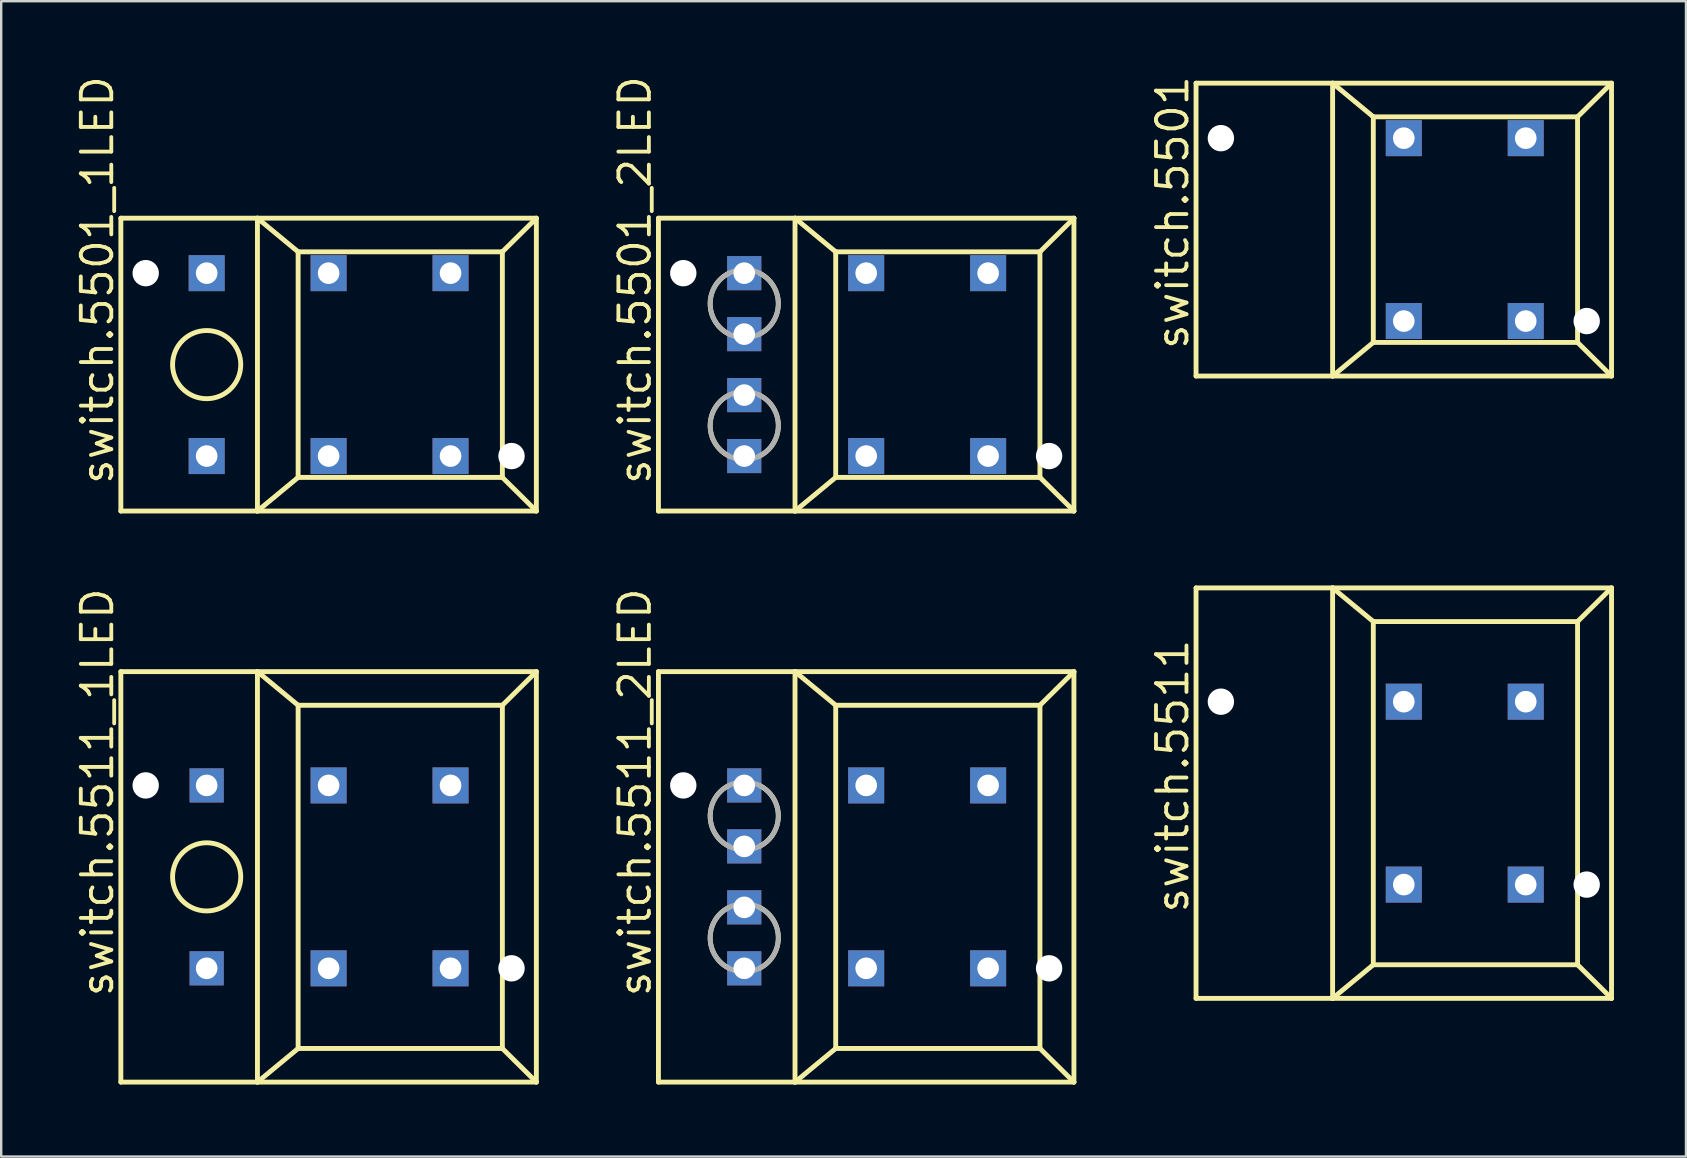
<source format=kicad_pcb>
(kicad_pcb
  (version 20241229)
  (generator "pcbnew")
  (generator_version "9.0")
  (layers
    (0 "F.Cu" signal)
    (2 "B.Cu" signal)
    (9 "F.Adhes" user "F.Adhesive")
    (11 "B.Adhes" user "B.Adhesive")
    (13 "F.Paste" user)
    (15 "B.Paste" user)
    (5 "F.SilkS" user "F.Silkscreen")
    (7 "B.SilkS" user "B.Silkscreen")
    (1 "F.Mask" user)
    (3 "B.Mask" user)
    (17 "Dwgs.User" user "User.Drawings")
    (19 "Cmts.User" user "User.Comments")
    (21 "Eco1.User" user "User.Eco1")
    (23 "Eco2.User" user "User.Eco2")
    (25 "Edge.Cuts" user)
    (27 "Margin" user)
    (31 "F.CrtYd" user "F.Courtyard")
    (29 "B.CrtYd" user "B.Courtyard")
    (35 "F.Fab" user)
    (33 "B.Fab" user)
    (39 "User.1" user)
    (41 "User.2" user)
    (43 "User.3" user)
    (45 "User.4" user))
  (footprint "switch.5501_1LED"
    (layer "F.Cu")
    (at 10.64 12.14)
    (property "Reference" "switch.5501_1LED" (at -8.89 5.08 90) (layer "F.SilkS") (effects (font (size 1.27 1.27) (thickness 0.16)) (justify left bottom)))
    (attr through_hole)
    (fp_line (start -8.655 -6.1) (end -8.655 6.1) (stroke (width 0.203) (type default)) (layer "F.SilkS"))
    (fp_line (start -8.655 6.1) (end -2.965 6.1) (stroke (width 0.203) (type default)) (layer "F.SilkS"))
    (fp_line (start -2.965 -6.1) (end -8.655 -6.1) (stroke (width 0.203) (type default)) (layer "F.SilkS"))
    (fp_line (start -2.965 6.1) (end -2.965 -6.1) (stroke (width 0.203) (type default)) (layer "F.SilkS"))
    (fp_line (start -2.965 6.1) (end -1.27 4.699) (stroke (width 0.203) (type default)) (layer "F.SilkS"))
    (fp_line (start -2.965 6.1) (end 8.655 6.1) (stroke (width 0.203) (type default)) (layer "F.SilkS"))
    (fp_line (start -1.27 -4.699) (end -2.965 -6.1) (stroke (width 0.203) (type default)) (layer "F.SilkS"))
    (fp_line (start -1.27 -4.699) (end 7.239 -4.699) (stroke (width 0.203) (type default)) (layer "F.SilkS"))
    (fp_line (start -1.27 4.699) (end -1.27 -4.699) (stroke (width 0.203) (type default)) (layer "F.SilkS"))
    (fp_line (start -1.27 4.699) (end 7.239 4.699) (stroke (width 0.203) (type default)) (layer "F.SilkS"))
    (fp_line (start 7.239 -4.699) (end 8.655 -6.1) (stroke (width 0.203) (type default)) (layer "F.SilkS"))
    (fp_line (start 7.239 4.699) (end 7.239 -4.699) (stroke (width 0.203) (type default)) (layer "F.SilkS"))
    (fp_line (start 8.655 -6.1) (end -2.965 -6.1) (stroke (width 0.203) (type default)) (layer "F.SilkS"))
    (fp_line (start 8.655 6.1) (end 7.239 4.699) (stroke (width 0.203) (type default)) (layer "F.SilkS"))
    (fp_line (start 8.655 6.1) (end 8.655 -6.1) (stroke (width 0.203) (type default)) (layer "F.SilkS"))
    (fp_circle (center -5.08 0) (end -3.66 0) (stroke (width 0.203) (type default)) (fill no) (layer "F.SilkS"))
    (pad "" np_thru_hole circle (at -7.62 -3.81) (size 1.1 1.1) (drill 1.1) (layers "*.Cu" "*.Mask"))
    (pad "" np_thru_hole circle (at 7.62 3.81) (size 1.1 1.1) (drill 1.1) (layers "*.Cu" "*.Mask"))
    (pad "+" thru_hole rect (at -5.08 3.81 90) (size 1.5 1.5) (drill 0.9) (layers "*.Cu" "*.Mask"))
    (pad "-" thru_hole rect (at -5.08 -3.81 90) (size 1.5 1.5) (drill 0.9) (layers "*.Cu" "*.Mask"))
    (pad "1A" thru_hole rect (at 0 -3.81 90) (size 1.5 1.5) (drill 0.9) (layers "*.Cu" "*.Mask"))
    (pad "1B" thru_hole rect (at 0 3.81 90) (size 1.5 1.5) (drill 0.9) (layers "*.Cu" "*.Mask"))
    (pad "NC" thru_hole rect (at 5.08 3.81 90) (size 1.5 1.5) (drill 0.9) (layers "*.Cu" "*.Mask"))
    (pad "NO" thru_hole rect (at 5.08 -3.81 90) (size 1.5 1.5) (drill 0.9) (layers "*.Cu" "*.Mask")))
  (footprint "switch.5501_2LED"
    (layer "F.Cu")
    (at 33.036 12.14)
    (property "Reference" "switch.5501_2LED" (at -8.89 5.08 90) (layer "F.SilkS") (effects (font (size 1.27 1.27) (thickness 0.16)) (justify left bottom)))
    (attr through_hole)
    (fp_line (start -8.655 -6.1) (end -8.655 6.1) (stroke (width 0.203) (type default)) (layer "F.SilkS"))
    (fp_line (start -8.655 6.1) (end -2.965 6.1) (stroke (width 0.203) (type default)) (layer "F.SilkS"))
    (fp_line (start -2.965 -6.1) (end -8.655 -6.1) (stroke (width 0.203) (type default)) (layer "F.SilkS"))
    (fp_line (start -2.965 6.1) (end -2.965 -6.1) (stroke (width 0.203) (type default)) (layer "F.SilkS"))
    (fp_line (start -2.965 6.1) (end -1.27 4.699) (stroke (width 0.203) (type default)) (layer "F.SilkS"))
    (fp_line (start -2.965 6.1) (end 8.655 6.1) (stroke (width 0.203) (type default)) (layer "F.SilkS"))
    (fp_line (start -1.27 -4.699) (end -2.965 -6.1) (stroke (width 0.203) (type default)) (layer "F.SilkS"))
    (fp_line (start -1.27 -4.699) (end 7.239 -4.699) (stroke (width 0.203) (type default)) (layer "F.SilkS"))
    (fp_line (start -1.27 4.699) (end -1.27 -4.699) (stroke (width 0.203) (type default)) (layer "F.SilkS"))
    (fp_line (start -1.27 4.699) (end 7.239 4.699) (stroke (width 0.203) (type default)) (layer "F.SilkS"))
    (fp_line (start 7.239 -4.699) (end 8.655 -6.1) (stroke (width 0.203) (type default)) (layer "F.SilkS"))
    (fp_line (start 7.239 4.699) (end 7.239 -4.699) (stroke (width 0.203) (type default)) (layer "F.SilkS"))
    (fp_line (start 8.655 -6.1) (end -2.965 -6.1) (stroke (width 0.203) (type default)) (layer "F.SilkS"))
    (fp_line (start 8.655 6.1) (end 7.239 4.699) (stroke (width 0.203) (type default)) (layer "F.SilkS"))
    (fp_line (start 8.655 6.1) (end 8.655 -6.1) (stroke (width 0.203) (type default)) (layer "F.SilkS"))
    (fp_arc (start -5.715 -1.27) (mid -6.499903 -2.54) (end -5.715 -3.81) (stroke (width 0.2032) (type default)) (layer "F.SilkS"))
    (fp_arc (start -5.715 3.81) (mid -6.499903 2.54) (end -5.715 1.27) (stroke (width 0.2032) (type default)) (layer "F.SilkS"))
    (fp_arc (start -4.445 -3.81) (mid -3.660097 -2.54) (end -4.445 -1.27) (stroke (width 0.2032) (type default)) (layer "F.SilkS"))
    (fp_arc (start -4.445 1.27) (mid -3.660097 2.54) (end -4.445 3.81) (stroke (width 0.2032) (type default)) (layer "F.SilkS"))
    (fp_circle (center -5.08 -2.54) (end -3.66 -2.54) (stroke (width 0.203) (type default)) (fill no) (layer "F.Fab"))
    (fp_circle (center -5.08 2.54) (end -3.66 2.54) (stroke (width 0.203) (type default)) (fill no) (layer "F.Fab"))
    (pad "" np_thru_hole circle (at -7.62 -3.81) (size 1.1 1.1) (drill 1.1) (layers "*.Cu" "*.Mask"))
    (pad "" np_thru_hole circle (at 7.62 3.81) (size 1.1 1.1) (drill 1.1) (layers "*.Cu" "*.Mask"))
    (pad "+G" thru_hole rect (at -5.08 -3.81 90) (size 1.422 1.422) (drill 0.9) (layers "*.Cu" "*.Mask"))
    (pad "+R" thru_hole rect (at -5.08 3.81 90) (size 1.422 1.422) (drill 0.9) (layers "*.Cu" "*.Mask"))
    (pad "-G" thru_hole rect (at -5.08 -1.27 90) (size 1.422 1.422) (drill 0.9) (layers "*.Cu" "*.Mask"))
    (pad "-R" thru_hole rect (at -5.08 1.27 90) (size 1.422 1.422) (drill 0.9) (layers "*.Cu" "*.Mask"))
    (pad "1A" thru_hole rect (at 0 -3.81 90) (size 1.5 1.5) (drill 0.9) (layers "*.Cu" "*.Mask"))
    (pad "1B" thru_hole rect (at 0 3.81 90) (size 1.5 1.5) (drill 0.9) (layers "*.Cu" "*.Mask"))
    (pad "NC" thru_hole rect (at 5.08 3.81 90) (size 1.5 1.5) (drill 0.9) (layers "*.Cu" "*.Mask"))
    (pad "NO" thru_hole rect (at 5.08 -3.81 90) (size 1.5 1.5) (drill 0.9) (layers "*.Cu" "*.Mask")))
  (footprint "switch.5501"
    (layer "F.Cu")
    (at 55.433 6.516)
    (property "Reference" "switch.5501" (at -8.89 5.08 90) (layer "F.SilkS") (effects (font (size 1.27 1.27) (thickness 0.16)) (justify left bottom)))
    (attr through_hole)
    (fp_line (start -8.655 -6.1) (end -8.655 6.1) (stroke (width 0.203) (type default)) (layer "F.SilkS"))
    (fp_line (start -8.655 6.1) (end -2.965 6.1) (stroke (width 0.203) (type default)) (layer "F.SilkS"))
    (fp_line (start -2.965 -6.1) (end -8.655 -6.1) (stroke (width 0.203) (type default)) (layer "F.SilkS"))
    (fp_line (start -2.965 6.1) (end -2.965 -6.1) (stroke (width 0.203) (type default)) (layer "F.SilkS"))
    (fp_line (start -2.965 6.1) (end -1.27 4.699) (stroke (width 0.203) (type default)) (layer "F.SilkS"))
    (fp_line (start -2.965 6.1) (end 8.655 6.1) (stroke (width 0.203) (type default)) (layer "F.SilkS"))
    (fp_line (start -1.27 -4.699) (end -2.965 -6.1) (stroke (width 0.203) (type default)) (layer "F.SilkS"))
    (fp_line (start -1.27 -4.699) (end 7.239 -4.699) (stroke (width 0.203) (type default)) (layer "F.SilkS"))
    (fp_line (start -1.27 4.699) (end -1.27 -4.699) (stroke (width 0.203) (type default)) (layer "F.SilkS"))
    (fp_line (start -1.27 4.699) (end 7.239 4.699) (stroke (width 0.203) (type default)) (layer "F.SilkS"))
    (fp_line (start 7.239 -4.699) (end 8.655 -6.1) (stroke (width 0.203) (type default)) (layer "F.SilkS"))
    (fp_line (start 7.239 4.699) (end 7.239 -4.699) (stroke (width 0.203) (type default)) (layer "F.SilkS"))
    (fp_line (start 8.655 -6.1) (end -2.965 -6.1) (stroke (width 0.203) (type default)) (layer "F.SilkS"))
    (fp_line (start 8.655 6.1) (end 7.239 4.699) (stroke (width 0.203) (type default)) (layer "F.SilkS"))
    (fp_line (start 8.655 6.1) (end 8.655 -6.1) (stroke (width 0.203) (type default)) (layer "F.SilkS"))
    (pad "" np_thru_hole circle (at -7.62 -3.81) (size 1.1 1.1) (drill 1.1) (layers "*.Cu" "*.Mask"))
    (pad "" np_thru_hole circle (at 7.62 3.81) (size 1.1 1.1) (drill 1.1) (layers "*.Cu" "*.Mask"))
    (pad "1A" thru_hole rect (at 0 -3.81 90) (size 1.5 1.5) (drill 0.9) (layers "*.Cu" "*.Mask"))
    (pad "1B" thru_hole rect (at 0 3.81 90) (size 1.5 1.5) (drill 0.9) (layers "*.Cu" "*.Mask"))
    (pad "NC" thru_hole rect (at 5.08 3.81 90) (size 1.5 1.5) (drill 0.9) (layers "*.Cu" "*.Mask"))
    (pad "NO" thru_hole rect (at 5.08 -3.81 90) (size 1.5 1.5) (drill 0.9) (layers "*.Cu" "*.Mask")))
  (footprint "switch.5511_2LED"
    (layer "F.Cu")
    (at 33.036 33.481)
    (property "Reference" "switch.5511_2LED" (at -8.89 5.08 90) (layer "F.SilkS") (effects (font (size 1.27 1.27) (thickness 0.16)) (justify left bottom)))
    (attr through_hole)
    (fp_line (start -8.655 -8.55) (end -8.655 8.55) (stroke (width 0.203) (type default)) (layer "F.SilkS"))
    (fp_line (start -8.655 8.55) (end -2.965 8.55) (stroke (width 0.203) (type default)) (layer "F.SilkS"))
    (fp_line (start -2.965 -8.55) (end -8.655 -8.55) (stroke (width 0.203) (type default)) (layer "F.SilkS"))
    (fp_line (start -2.965 8.55) (end -2.965 -8.55) (stroke (width 0.203) (type default)) (layer "F.SilkS"))
    (fp_line (start -2.965 8.55) (end -1.27 7.149) (stroke (width 0.203) (type default)) (layer "F.SilkS"))
    (fp_line (start -2.965 8.55) (end 8.655 8.55) (stroke (width 0.203) (type default)) (layer "F.SilkS"))
    (fp_line (start -1.27 -7.149) (end -2.965 -8.55) (stroke (width 0.203) (type default)) (layer "F.SilkS"))
    (fp_line (start -1.27 -7.149) (end 7.239 -7.149) (stroke (width 0.203) (type default)) (layer "F.SilkS"))
    (fp_line (start -1.27 7.149) (end -1.27 -7.149) (stroke (width 0.203) (type default)) (layer "F.SilkS"))
    (fp_line (start -1.27 7.149) (end 7.239 7.149) (stroke (width 0.203) (type default)) (layer "F.SilkS"))
    (fp_line (start 7.239 -7.149) (end 8.655 -8.55) (stroke (width 0.203) (type default)) (layer "F.SilkS"))
    (fp_line (start 7.239 7.149) (end 7.239 -7.149) (stroke (width 0.203) (type default)) (layer "F.SilkS"))
    (fp_line (start 8.655 -8.55) (end -2.965 -8.55) (stroke (width 0.203) (type default)) (layer "F.SilkS"))
    (fp_line (start 8.655 8.55) (end 7.239 7.149) (stroke (width 0.203) (type default)) (layer "F.SilkS"))
    (fp_line (start 8.655 8.55) (end 8.655 -8.55) (stroke (width 0.203) (type default)) (layer "F.SilkS"))
    (fp_arc (start -5.715 -1.27) (mid -6.499903 -2.54) (end -5.715 -3.81) (stroke (width 0.2032) (type default)) (layer "F.SilkS"))
    (fp_arc (start -5.715 3.81) (mid -6.499903 2.54) (end -5.715 1.27) (stroke (width 0.2032) (type default)) (layer "F.SilkS"))
    (fp_arc (start -4.445 -3.81) (mid -3.660097 -2.54) (end -4.445 -1.27) (stroke (width 0.2032) (type default)) (layer "F.SilkS"))
    (fp_arc (start -4.445 1.27) (mid -3.660097 2.54) (end -4.445 3.81) (stroke (width 0.2032) (type default)) (layer "F.SilkS"))
    (fp_circle (center -5.08 -2.54) (end -3.66 -2.54) (stroke (width 0.203) (type default)) (fill no) (layer "F.Fab"))
    (fp_circle (center -5.08 2.54) (end -3.66 2.54) (stroke (width 0.203) (type default)) (fill no) (layer "F.Fab"))
    (pad "" np_thru_hole circle (at -7.62 -3.81) (size 1.1 1.1) (drill 1.1) (layers "*.Cu" "*.Mask"))
    (pad "" np_thru_hole circle (at 7.62 3.81) (size 1.1 1.1) (drill 1.1) (layers "*.Cu" "*.Mask"))
    (pad "+R" thru_hole rect (at -5.08 -3.81 90) (size 1.422 1.422) (drill 0.9) (layers "*.Cu" "*.Mask"))
    (pad "+Y" thru_hole rect (at -5.08 3.81 90) (size 1.422 1.422) (drill 0.9) (layers "*.Cu" "*.Mask"))
    (pad "-R" thru_hole rect (at -5.08 -1.27 90) (size 1.422 1.422) (drill 0.9) (layers "*.Cu" "*.Mask"))
    (pad "-Y" thru_hole rect (at -5.08 1.27 90) (size 1.422 1.422) (drill 0.9) (layers "*.Cu" "*.Mask"))
    (pad "1A" thru_hole rect (at 0 -3.81 90) (size 1.5 1.5) (drill 0.9) (layers "*.Cu" "*.Mask"))
    (pad "1B" thru_hole rect (at 0 3.81 90) (size 1.5 1.5) (drill 0.9) (layers "*.Cu" "*.Mask"))
    (pad "NC" thru_hole rect (at 5.08 3.81 90) (size 1.5 1.5) (drill 0.9) (layers "*.Cu" "*.Mask"))
    (pad "NO" thru_hole rect (at 5.08 -3.81 90) (size 1.5 1.5) (drill 0.9) (layers "*.Cu" "*.Mask")))
  (footprint "switch.5511"
    (layer "F.Cu")
    (at 55.433 29.993)
    (property "Reference" "switch.5511" (at -8.89 5.08 90) (layer "F.SilkS") (effects (font (size 1.27 1.27) (thickness 0.16)) (justify left bottom)))
    (attr through_hole)
    (fp_line (start -8.655 -8.55) (end -8.655 8.55) (stroke (width 0.203) (type default)) (layer "F.SilkS"))
    (fp_line (start -8.655 8.55) (end -2.965 8.55) (stroke (width 0.203) (type default)) (layer "F.SilkS"))
    (fp_line (start -2.965 -8.55) (end -8.655 -8.55) (stroke (width 0.203) (type default)) (layer "F.SilkS"))
    (fp_line (start -2.965 8.55) (end -2.965 -8.55) (stroke (width 0.203) (type default)) (layer "F.SilkS"))
    (fp_line (start -2.965 8.55) (end -1.27 7.149) (stroke (width 0.203) (type default)) (layer "F.SilkS"))
    (fp_line (start -2.965 8.55) (end 8.655 8.55) (stroke (width 0.203) (type default)) (layer "F.SilkS"))
    (fp_line (start -1.27 -7.149) (end -2.965 -8.55) (stroke (width 0.203) (type default)) (layer "F.SilkS"))
    (fp_line (start -1.27 -7.149) (end 7.239 -7.149) (stroke (width 0.203) (type default)) (layer "F.SilkS"))
    (fp_line (start -1.27 7.149) (end -1.27 -7.149) (stroke (width 0.203) (type default)) (layer "F.SilkS"))
    (fp_line (start -1.27 7.149) (end 7.239 7.149) (stroke (width 0.203) (type default)) (layer "F.SilkS"))
    (fp_line (start 7.239 -7.149) (end 8.655 -8.55) (stroke (width 0.203) (type default)) (layer "F.SilkS"))
    (fp_line (start 7.239 7.149) (end 7.239 -7.149) (stroke (width 0.203) (type default)) (layer "F.SilkS"))
    (fp_line (start 8.655 -8.55) (end -2.965 -8.55) (stroke (width 0.203) (type default)) (layer "F.SilkS"))
    (fp_line (start 8.655 8.55) (end 7.239 7.149) (stroke (width 0.203) (type default)) (layer "F.SilkS"))
    (fp_line (start 8.655 8.55) (end 8.655 -8.55) (stroke (width 0.203) (type default)) (layer "F.SilkS"))
    (pad "" np_thru_hole circle (at -7.62 -3.81) (size 1.1 1.1) (drill 1.1) (layers "*.Cu" "*.Mask"))
    (pad "" np_thru_hole circle (at 7.62 3.81) (size 1.1 1.1) (drill 1.1) (layers "*.Cu" "*.Mask"))
    (pad "1A" thru_hole rect (at 0 -3.81 90) (size 1.5 1.5) (drill 0.9) (layers "*.Cu" "*.Mask"))
    (pad "1B" thru_hole rect (at 0 3.81 90) (size 1.5 1.5) (drill 0.9) (layers "*.Cu" "*.Mask"))
    (pad "NC" thru_hole rect (at 5.08 3.81 90) (size 1.5 1.5) (drill 0.9) (layers "*.Cu" "*.Mask"))
    (pad "NO" thru_hole rect (at 5.08 -3.81 90) (size 1.5 1.5) (drill 0.9) (layers "*.Cu" "*.Mask")))
  (footprint "switch.5511_1LED"
    (layer "F.Cu")
    (at 10.64 33.481)
    (property "Reference" "switch.5511_1LED" (at -8.89 5.08 90) (layer "F.SilkS") (effects (font (size 1.27 1.27) (thickness 0.16)) (justify left bottom)))
    (attr through_hole)
    (fp_line (start -8.655 -8.55) (end -8.655 8.55) (stroke (width 0.203) (type default)) (layer "F.SilkS"))
    (fp_line (start -8.655 8.55) (end -2.965 8.55) (stroke (width 0.203) (type default)) (layer "F.SilkS"))
    (fp_line (start -2.965 -8.55) (end -8.655 -8.55) (stroke (width 0.203) (type default)) (layer "F.SilkS"))
    (fp_line (start -2.965 8.55) (end -2.965 -8.55) (stroke (width 0.203) (type default)) (layer "F.SilkS"))
    (fp_line (start -2.965 8.55) (end -1.27 7.149) (stroke (width 0.203) (type default)) (layer "F.SilkS"))
    (fp_line (start -2.965 8.55) (end 8.655 8.55) (stroke (width 0.203) (type default)) (layer "F.SilkS"))
    (fp_line (start -1.27 -7.149) (end -2.965 -8.55) (stroke (width 0.203) (type default)) (layer "F.SilkS"))
    (fp_line (start -1.27 -7.149) (end 7.239 -7.149) (stroke (width 0.203) (type default)) (layer "F.SilkS"))
    (fp_line (start -1.27 7.149) (end -1.27 -7.149) (stroke (width 0.203) (type default)) (layer "F.SilkS"))
    (fp_line (start -1.27 7.149) (end 7.239 7.149) (stroke (width 0.203) (type default)) (layer "F.SilkS"))
    (fp_line (start 7.239 -7.149) (end 8.655 -8.55) (stroke (width 0.203) (type default)) (layer "F.SilkS"))
    (fp_line (start 7.239 7.149) (end 7.239 -7.149) (stroke (width 0.203) (type default)) (layer "F.SilkS"))
    (fp_line (start 8.655 -8.55) (end -2.965 -8.55) (stroke (width 0.203) (type default)) (layer "F.SilkS"))
    (fp_line (start 8.655 8.55) (end 7.239 7.149) (stroke (width 0.203) (type default)) (layer "F.SilkS"))
    (fp_line (start 8.655 8.55) (end 8.655 -8.55) (stroke (width 0.203) (type default)) (layer "F.SilkS"))
    (fp_circle (center -5.08 0) (end -3.66 0) (stroke (width 0.203) (type default)) (fill no) (layer "F.SilkS"))
    (pad "" np_thru_hole circle (at -7.62 -3.81) (size 1.1 1.1) (drill 1.1) (layers "*.Cu" "*.Mask"))
    (pad "" np_thru_hole circle (at 7.62 3.81) (size 1.1 1.1) (drill 1.1) (layers "*.Cu" "*.Mask"))
    (pad "+G" thru_hole rect (at -5.08 -3.81 90) (size 1.422 1.422) (drill 0.9) (layers "*.Cu" "*.Mask"))
    (pad "-G" thru_hole rect (at -5.08 3.81 90) (size 1.422 1.422) (drill 0.9) (layers "*.Cu" "*.Mask"))
    (pad "1A" thru_hole rect (at 0 -3.81 90) (size 1.5 1.5) (drill 0.9) (layers "*.Cu" "*.Mask"))
    (pad "1B" thru_hole rect (at 0 3.81 90) (size 1.5 1.5) (drill 0.9) (layers "*.Cu" "*.Mask"))
    (pad "NC" thru_hole rect (at 5.08 3.81 90) (size 1.5 1.5) (drill 0.9) (layers "*.Cu" "*.Mask"))
    (pad "NO" thru_hole rect (at 5.08 -3.81 90) (size 1.5 1.5) (drill 0.9) (layers "*.Cu" "*.Mask")))
  (gr_rect
    (start -3 -3)
    (end 67.189 45.133)
    (stroke (width 0.1) (type default))
    (fill no)
    (layer "Edge.Cuts")))
</source>
